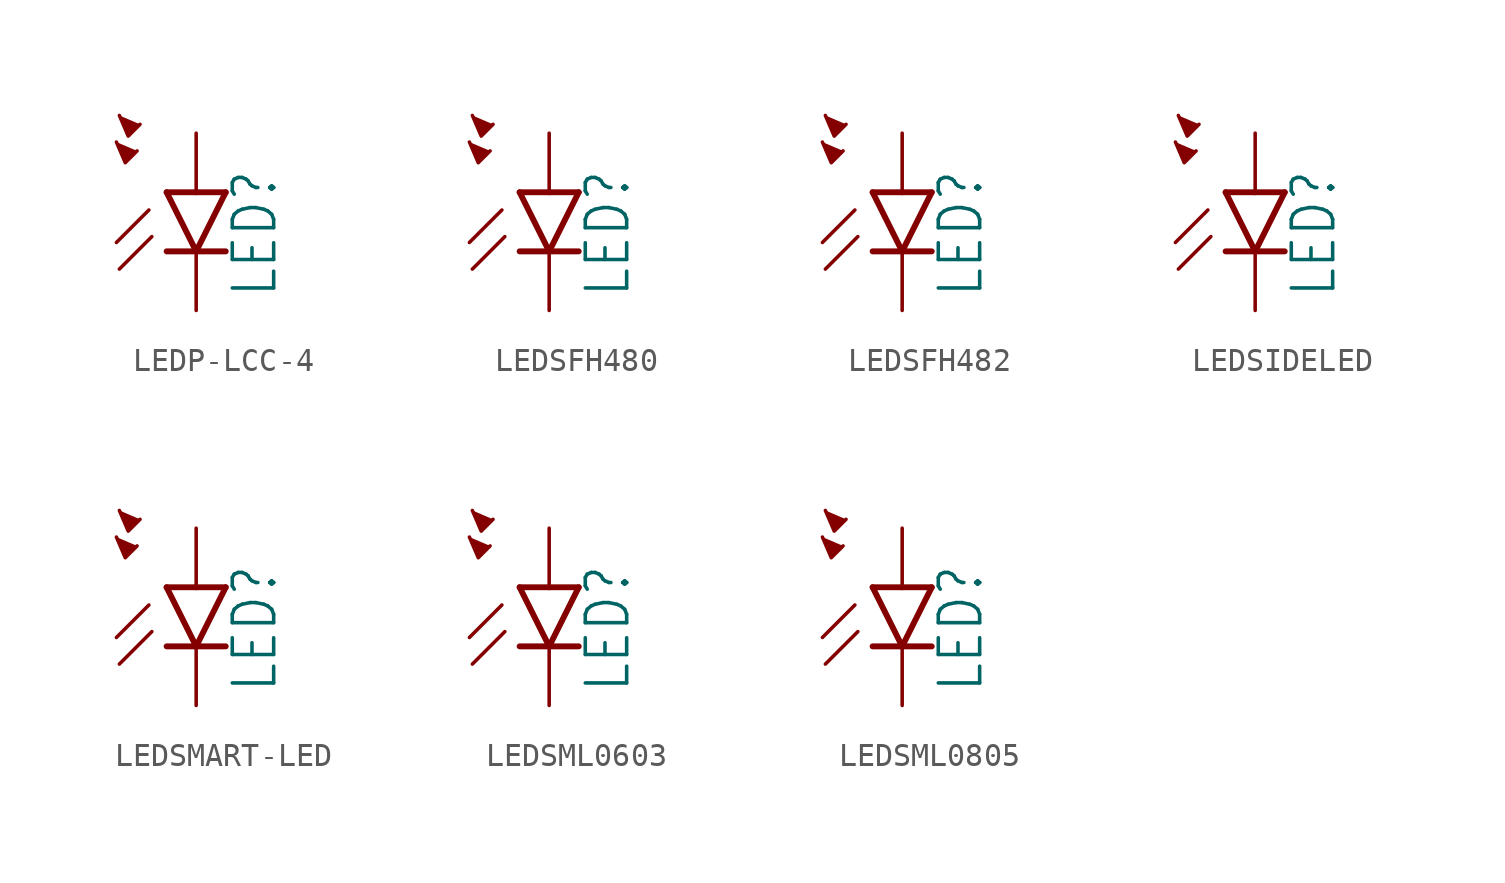
<source format=kicad_sym>
(kicad_symbol_lib
  (version 20241209)
  (generator "kicad_symbol_editor")
  (generator_version "9.0")
  (symbol "LEDP-LCC-4"
    (property "Reference" "LED"
      (at 3.556 -4.572 90)
      (effects (font (size 1.778 1.511)) (justify left bottom)))
    (property "Value" ""
      (at 5.715 -4.572 90)
      (effects (font (size 1.778 1.511)) (justify left bottom)))
    (property "ki_locked" ""
      (at 0 0 0)
      (effects (font (size 1.27 1.27))))
    (symbol "LEDP-LCC-4_1_0"
      (polyline (pts (xy -3.429 2.159) (xy -3.048 1.27) (xy -2.54 1.778)) (stroke (width 0.152) (type solid)) (fill (type outline)))
      (polyline (pts (xy -3.302 3.302) (xy -2.921 2.413) (xy -2.413 2.921)) (stroke (width 0.152) (type solid)) (fill (type outline)))
      (polyline (pts (xy -2.032 -0.762) (xy -3.429 -2.159)) (stroke (width 0.152) (type solid)) (fill (type none)))
      (polyline (pts (xy -1.905 -1.905) (xy -3.302 -3.302)) (stroke (width 0.152) (type solid)) (fill (type none)))
      (polyline (pts (xy 0 0) (xy -1.27 0)) (stroke (width 0.254) (type solid)) (fill (type none)))
      (polyline (pts (xy 0 -2.54) (xy -1.27 0)) (stroke (width 0.254) (type solid)) (fill (type none)))
      (polyline (pts (xy 0 -2.54) (xy -1.27 -2.54)) (stroke (width 0.254) (type solid)) (fill (type none)))
      (polyline (pts (xy 1.27 0) (xy 0 0)) (stroke (width 0.254) (type solid)) (fill (type none)))
      (polyline (pts (xy 1.27 0) (xy 0 -2.54)) (stroke (width 0.254) (type solid)) (fill (type none)))
      (polyline (pts (xy 1.27 -2.54) (xy 0 -2.54)) (stroke (width 0.254) (type solid)) (fill (type none)))
      (pin passive line (at 0 2.54 270) (length 2.54) (name "A" (effects (font (size 0 0)))) (number "A" (effects (font (size 0 0)))))
      (pin passive line (at 0 -5.08 90) (length 2.54) (name "C" (effects (font (size 0 0)))) (number "C@4" (effects (font (size 0 0)))))))
  (symbol "LEDSFH480"
    (property "Reference" "LED"
      (at 3.556 -4.572 90)
      (effects (font (size 1.778 1.511)) (justify left bottom)))
    (property "Value" ""
      (at 5.715 -4.572 90)
      (effects (font (size 1.778 1.511)) (justify left bottom)))
    (property "ki_locked" ""
      (at 0 0 0)
      (effects (font (size 1.27 1.27))))
    (symbol "LEDSFH480_1_0"
      (polyline (pts (xy -3.429 2.159) (xy -3.048 1.27) (xy -2.54 1.778)) (stroke (width 0.152) (type solid)) (fill (type outline)))
      (polyline (pts (xy -3.302 3.302) (xy -2.921 2.413) (xy -2.413 2.921)) (stroke (width 0.152) (type solid)) (fill (type outline)))
      (polyline (pts (xy -2.032 -0.762) (xy -3.429 -2.159)) (stroke (width 0.152) (type solid)) (fill (type none)))
      (polyline (pts (xy -1.905 -1.905) (xy -3.302 -3.302)) (stroke (width 0.152) (type solid)) (fill (type none)))
      (polyline (pts (xy 0 0) (xy -1.27 0)) (stroke (width 0.254) (type solid)) (fill (type none)))
      (polyline (pts (xy 0 -2.54) (xy -1.27 0)) (stroke (width 0.254) (type solid)) (fill (type none)))
      (polyline (pts (xy 0 -2.54) (xy -1.27 -2.54)) (stroke (width 0.254) (type solid)) (fill (type none)))
      (polyline (pts (xy 1.27 0) (xy 0 0)) (stroke (width 0.254) (type solid)) (fill (type none)))
      (polyline (pts (xy 1.27 0) (xy 0 -2.54)) (stroke (width 0.254) (type solid)) (fill (type none)))
      (polyline (pts (xy 1.27 -2.54) (xy 0 -2.54)) (stroke (width 0.254) (type solid)) (fill (type none)))
      (pin passive line (at 0 2.54 270) (length 2.54) (name "A" (effects (font (size 0 0)))) (number "A" (effects (font (size 0 0)))))
      (pin passive line (at 0 -5.08 90) (length 2.54) (name "C" (effects (font (size 0 0)))) (number "K" (effects (font (size 0 0)))))))
  (symbol "LEDSFH482"
    (property "Reference" "LED"
      (at 3.556 -4.572 90)
      (effects (font (size 1.778 1.511)) (justify left bottom)))
    (property "Value" ""
      (at 5.715 -4.572 90)
      (effects (font (size 1.778 1.511)) (justify left bottom)))
    (property "ki_locked" ""
      (at 0 0 0)
      (effects (font (size 1.27 1.27))))
    (symbol "LEDSFH482_1_0"
      (polyline (pts (xy -3.429 2.159) (xy -3.048 1.27) (xy -2.54 1.778)) (stroke (width 0.152) (type solid)) (fill (type outline)))
      (polyline (pts (xy -3.302 3.302) (xy -2.921 2.413) (xy -2.413 2.921)) (stroke (width 0.152) (type solid)) (fill (type outline)))
      (polyline (pts (xy -2.032 -0.762) (xy -3.429 -2.159)) (stroke (width 0.152) (type solid)) (fill (type none)))
      (polyline (pts (xy -1.905 -1.905) (xy -3.302 -3.302)) (stroke (width 0.152) (type solid)) (fill (type none)))
      (polyline (pts (xy 0 0) (xy -1.27 0)) (stroke (width 0.254) (type solid)) (fill (type none)))
      (polyline (pts (xy 0 -2.54) (xy -1.27 0)) (stroke (width 0.254) (type solid)) (fill (type none)))
      (polyline (pts (xy 0 -2.54) (xy -1.27 -2.54)) (stroke (width 0.254) (type solid)) (fill (type none)))
      (polyline (pts (xy 1.27 0) (xy 0 0)) (stroke (width 0.254) (type solid)) (fill (type none)))
      (polyline (pts (xy 1.27 0) (xy 0 -2.54)) (stroke (width 0.254) (type solid)) (fill (type none)))
      (polyline (pts (xy 1.27 -2.54) (xy 0 -2.54)) (stroke (width 0.254) (type solid)) (fill (type none)))
      (pin passive line (at 0 2.54 270) (length 2.54) (name "A" (effects (font (size 0 0)))) (number "A" (effects (font (size 0 0)))))
      (pin passive line (at 0 -5.08 90) (length 2.54) (name "C" (effects (font (size 0 0)))) (number "K" (effects (font (size 0 0)))))))
  (symbol "LEDSIDELED"
    (property "Reference" "LED"
      (at 3.556 -4.572 90)
      (effects (font (size 1.778 1.511)) (justify left bottom)))
    (property "Value" ""
      (at 5.715 -4.572 90)
      (effects (font (size 1.778 1.511)) (justify left bottom)))
    (property "ki_locked" ""
      (at 0 0 0)
      (effects (font (size 1.27 1.27))))
    (symbol "LEDSIDELED_1_0"
      (polyline (pts (xy -3.429 2.159) (xy -3.048 1.27) (xy -2.54 1.778)) (stroke (width 0.152) (type solid)) (fill (type outline)))
      (polyline (pts (xy -3.302 3.302) (xy -2.921 2.413) (xy -2.413 2.921)) (stroke (width 0.152) (type solid)) (fill (type outline)))
      (polyline (pts (xy -2.032 -0.762) (xy -3.429 -2.159)) (stroke (width 0.152) (type solid)) (fill (type none)))
      (polyline (pts (xy -1.905 -1.905) (xy -3.302 -3.302)) (stroke (width 0.152) (type solid)) (fill (type none)))
      (polyline (pts (xy 0 0) (xy -1.27 0)) (stroke (width 0.254) (type solid)) (fill (type none)))
      (polyline (pts (xy 0 -2.54) (xy -1.27 0)) (stroke (width 0.254) (type solid)) (fill (type none)))
      (polyline (pts (xy 0 -2.54) (xy -1.27 -2.54)) (stroke (width 0.254) (type solid)) (fill (type none)))
      (polyline (pts (xy 1.27 0) (xy 0 0)) (stroke (width 0.254) (type solid)) (fill (type none)))
      (polyline (pts (xy 1.27 0) (xy 0 -2.54)) (stroke (width 0.254) (type solid)) (fill (type none)))
      (polyline (pts (xy 1.27 -2.54) (xy 0 -2.54)) (stroke (width 0.254) (type solid)) (fill (type none)))
      (pin passive line (at 0 2.54 270) (length 2.54) (name "A" (effects (font (size 0 0)))) (number "A" (effects (font (size 0 0)))))
      (pin passive line (at 0 -5.08 90) (length 2.54) (name "C" (effects (font (size 0 0)))) (number "C" (effects (font (size 0 0)))))))
  (symbol "LEDSMART-LED"
    (property "Reference" "LED"
      (at 3.556 -4.572 90)
      (effects (font (size 1.778 1.511)) (justify left bottom)))
    (property "Value" ""
      (at 5.715 -4.572 90)
      (effects (font (size 1.778 1.511)) (justify left bottom)))
    (property "ki_locked" ""
      (at 0 0 0)
      (effects (font (size 1.27 1.27))))
    (symbol "LEDSMART-LED_1_0"
      (polyline (pts (xy -3.429 2.159) (xy -3.048 1.27) (xy -2.54 1.778)) (stroke (width 0.152) (type solid)) (fill (type outline)))
      (polyline (pts (xy -3.302 3.302) (xy -2.921 2.413) (xy -2.413 2.921)) (stroke (width 0.152) (type solid)) (fill (type outline)))
      (polyline (pts (xy -2.032 -0.762) (xy -3.429 -2.159)) (stroke (width 0.152) (type solid)) (fill (type none)))
      (polyline (pts (xy -1.905 -1.905) (xy -3.302 -3.302)) (stroke (width 0.152) (type solid)) (fill (type none)))
      (polyline (pts (xy 0 0) (xy -1.27 0)) (stroke (width 0.254) (type solid)) (fill (type none)))
      (polyline (pts (xy 0 -2.54) (xy -1.27 0)) (stroke (width 0.254) (type solid)) (fill (type none)))
      (polyline (pts (xy 0 -2.54) (xy -1.27 -2.54)) (stroke (width 0.254) (type solid)) (fill (type none)))
      (polyline (pts (xy 1.27 0) (xy 0 0)) (stroke (width 0.254) (type solid)) (fill (type none)))
      (polyline (pts (xy 1.27 0) (xy 0 -2.54)) (stroke (width 0.254) (type solid)) (fill (type none)))
      (polyline (pts (xy 1.27 -2.54) (xy 0 -2.54)) (stroke (width 0.254) (type solid)) (fill (type none)))
      (pin passive line (at 0 2.54 270) (length 2.54) (name "A" (effects (font (size 0 0)))) (number "A" (effects (font (size 0 0)))))
      (pin passive line (at 0 -5.08 90) (length 2.54) (name "C" (effects (font (size 0 0)))) (number "B" (effects (font (size 0 0)))))))
  (symbol "LEDSML0603"
    (property "Reference" "LED"
      (at 3.556 -4.572 90)
      (effects (font (size 1.778 1.511)) (justify left bottom)))
    (property "Value" ""
      (at 5.715 -4.572 90)
      (effects (font (size 1.778 1.511)) (justify left bottom)))
    (property "ki_locked" ""
      (at 0 0 0)
      (effects (font (size 1.27 1.27))))
    (symbol "LEDSML0603_1_0"
      (polyline (pts (xy -3.429 2.159) (xy -3.048 1.27) (xy -2.54 1.778)) (stroke (width 0.152) (type solid)) (fill (type outline)))
      (polyline (pts (xy -3.302 3.302) (xy -2.921 2.413) (xy -2.413 2.921)) (stroke (width 0.152) (type solid)) (fill (type outline)))
      (polyline (pts (xy -2.032 -0.762) (xy -3.429 -2.159)) (stroke (width 0.152) (type solid)) (fill (type none)))
      (polyline (pts (xy -1.905 -1.905) (xy -3.302 -3.302)) (stroke (width 0.152) (type solid)) (fill (type none)))
      (polyline (pts (xy 0 0) (xy -1.27 0)) (stroke (width 0.254) (type solid)) (fill (type none)))
      (polyline (pts (xy 0 -2.54) (xy -1.27 0)) (stroke (width 0.254) (type solid)) (fill (type none)))
      (polyline (pts (xy 0 -2.54) (xy -1.27 -2.54)) (stroke (width 0.254) (type solid)) (fill (type none)))
      (polyline (pts (xy 1.27 0) (xy 0 0)) (stroke (width 0.254) (type solid)) (fill (type none)))
      (polyline (pts (xy 1.27 0) (xy 0 -2.54)) (stroke (width 0.254) (type solid)) (fill (type none)))
      (polyline (pts (xy 1.27 -2.54) (xy 0 -2.54)) (stroke (width 0.254) (type solid)) (fill (type none)))
      (pin passive line (at 0 2.54 270) (length 2.54) (name "A" (effects (font (size 0 0)))) (number "A" (effects (font (size 0 0)))))
      (pin passive line (at 0 -5.08 90) (length 2.54) (name "C" (effects (font (size 0 0)))) (number "C" (effects (font (size 0 0)))))))
  (symbol "LEDSML0805"
    (property "Reference" "LED"
      (at 3.556 -4.572 90)
      (effects (font (size 1.778 1.511)) (justify left bottom)))
    (property "Value" ""
      (at 5.715 -4.572 90)
      (effects (font (size 1.778 1.511)) (justify left bottom)))
    (property "ki_locked" ""
      (at 0 0 0)
      (effects (font (size 1.27 1.27))))
    (symbol "LEDSML0805_1_0"
      (polyline (pts (xy -3.429 2.159) (xy -3.048 1.27) (xy -2.54 1.778)) (stroke (width 0.152) (type solid)) (fill (type outline)))
      (polyline (pts (xy -3.302 3.302) (xy -2.921 2.413) (xy -2.413 2.921)) (stroke (width 0.152) (type solid)) (fill (type outline)))
      (polyline (pts (xy -2.032 -0.762) (xy -3.429 -2.159)) (stroke (width 0.152) (type solid)) (fill (type none)))
      (polyline (pts (xy -1.905 -1.905) (xy -3.302 -3.302)) (stroke (width 0.152) (type solid)) (fill (type none)))
      (polyline (pts (xy 0 0) (xy -1.27 0)) (stroke (width 0.254) (type solid)) (fill (type none)))
      (polyline (pts (xy 0 -2.54) (xy -1.27 0)) (stroke (width 0.254) (type solid)) (fill (type none)))
      (polyline (pts (xy 0 -2.54) (xy -1.27 -2.54)) (stroke (width 0.254) (type solid)) (fill (type none)))
      (polyline (pts (xy 1.27 0) (xy 0 0)) (stroke (width 0.254) (type solid)) (fill (type none)))
      (polyline (pts (xy 1.27 0) (xy 0 -2.54)) (stroke (width 0.254) (type solid)) (fill (type none)))
      (polyline (pts (xy 1.27 -2.54) (xy 0 -2.54)) (stroke (width 0.254) (type solid)) (fill (type none)))
      (pin passive line (at 0 2.54 270) (length 2.54) (name "A" (effects (font (size 0 0)))) (number "A" (effects (font (size 0 0)))))
      (pin passive line (at 0 -5.08 90) (length 2.54) (name "C" (effects (font (size 0 0)))) (number "C" (effects (font (size 0 0))))))))
</source>
